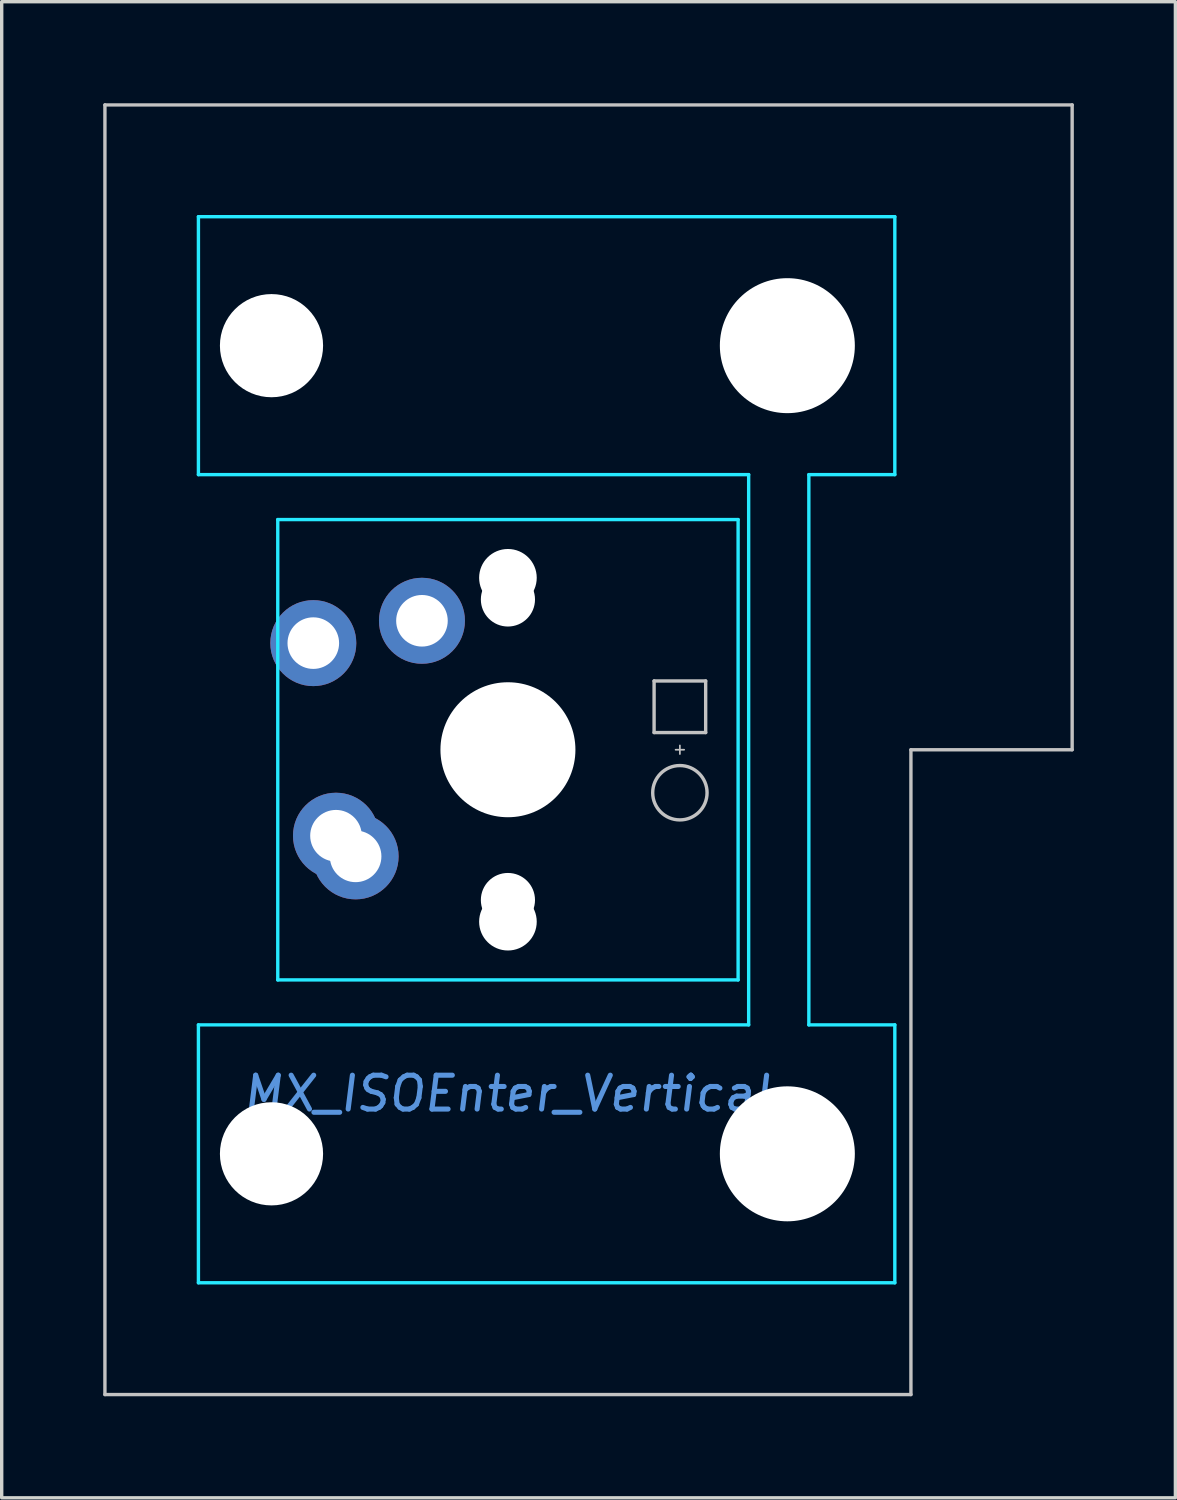
<source format=kicad_pcb>
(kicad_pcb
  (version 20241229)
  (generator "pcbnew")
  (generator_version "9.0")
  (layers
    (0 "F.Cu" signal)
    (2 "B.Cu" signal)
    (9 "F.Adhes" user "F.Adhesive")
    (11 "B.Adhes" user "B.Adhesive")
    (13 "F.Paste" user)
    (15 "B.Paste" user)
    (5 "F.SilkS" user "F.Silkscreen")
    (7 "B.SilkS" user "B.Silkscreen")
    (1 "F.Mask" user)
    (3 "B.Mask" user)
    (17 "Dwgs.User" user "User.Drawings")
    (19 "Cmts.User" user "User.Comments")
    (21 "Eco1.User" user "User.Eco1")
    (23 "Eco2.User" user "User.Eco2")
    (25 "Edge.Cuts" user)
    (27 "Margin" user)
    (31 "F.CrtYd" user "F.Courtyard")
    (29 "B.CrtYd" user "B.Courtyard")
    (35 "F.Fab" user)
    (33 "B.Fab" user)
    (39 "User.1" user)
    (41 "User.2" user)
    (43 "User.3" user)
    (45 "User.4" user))
  (footprint "MX_ISOEnter_Vertical"
    (layer "F.Cu")
    (at 11.956 19.1)
    (property "Reference" "MX_ISOEnter_Vertical" (at 0 10.16 0) (layer "Cmts.User") (effects (font (size 1 1) (thickness 0.15) (italic yes))))
    (attr through_hole)
    (fp_line (start -11.906 19.05) (end -11.906 -19.05) (stroke (width 0.1) (type solid)) (layer "Dwgs.User"))
    (fp_line (start 4.318 -0.508) (end 4.318 -2.032) (stroke (width 0.1) (type solid)) (layer "Dwgs.User"))
    (fp_line (start 4.318 -0.508) (end 5.842 -0.508) (stroke (width 0.1) (type solid)) (layer "Dwgs.User"))
    (fp_line (start 5.08 0.127) (end 5.08 -0.127) (stroke (width 0.05) (type solid)) (layer "Dwgs.User"))
    (fp_line (start 5.207 0) (end 4.953 0) (stroke (width 0.05) (type solid)) (layer "Dwgs.User"))
    (fp_line (start 5.842 -2.032) (end 4.318 -2.032) (stroke (width 0.1) (type solid)) (layer "Dwgs.User"))
    (fp_line (start 5.842 -0.508) (end 5.842 -2.032) (stroke (width 0.1) (type solid)) (layer "Dwgs.User"))
    (fp_line (start 11.906 19.05) (end -11.906 19.05) (stroke (width 0.1) (type solid)) (layer "Dwgs.User"))
    (fp_line (start 11.906 19.05) (end 11.906 0) (stroke (width 0.1) (type solid)) (layer "Dwgs.User"))
    (fp_line (start 16.669 -19.05) (end -11.906 -19.05) (stroke (width 0.1) (type solid)) (layer "Dwgs.User"))
    (fp_line (start 16.669 0) (end 11.906 0) (stroke (width 0.1) (type solid)) (layer "Dwgs.User"))
    (fp_line (start 16.669 0) (end 16.669 -19.05) (stroke (width 0.1) (type solid)) (layer "Dwgs.User"))
    (fp_circle (center 5.08 1.27) (end 5.08 0.467) (stroke (width 0.1) (type solid)) (fill no) (layer "Dwgs.User"))
    (fp_line (start -6.985 -6.73) (end -6.985 6.732) (stroke (width 0.1) (type solid)) (layer "Eco1.User"))
    (fp_line (start -6.731 6.986) (end -5.852 6.986) (stroke (width 0.1) (type solid)) (layer "Eco1.User"))
    (fp_line (start -6.537 -15.651) (end -6.537 -9.09) (stroke (width 0.1) (type solid)) (layer "Eco1.User"))
    (fp_line (start -6.537 9.091) (end -6.537 15.652) (stroke (width 0.1) (type solid)) (layer "Eco1.User"))
    (fp_line (start -6.283 -8.836) (end -5.852 -8.836) (stroke (width 0.1) (type solid)) (layer "Eco1.User"))
    (fp_line (start -6.283 15.906) (end -3.423 15.906) (stroke (width 0.1) (type solid)) (layer "Eco1.User"))
    (fp_line (start -5.852 -6.984) (end -6.731 -6.984) (stroke (width 0.1) (type solid)) (layer "Eco1.User"))
    (fp_line (start -5.852 8.837) (end -6.283 8.837) (stroke (width 0.1) (type solid)) (layer "Eco1.User"))
    (fp_line (start -5.598 -8.582) (end -5.598 -7.238) (stroke (width 0.1) (type solid)) (layer "Eco1.User"))
    (fp_line (start -5.598 7.24) (end -5.598 8.583) (stroke (width 0.1) (type solid)) (layer "Eco1.User"))
    (fp_line (start -3.423 -15.905) (end -6.283 -15.905) (stroke (width 0.1) (type solid)) (layer "Eco1.User"))
    (fp_line (start -3.169 -16.492) (end -3.169 -16.159) (stroke (width 0.1) (type solid)) (layer "Eco1.User"))
    (fp_line (start -3.169 16.16) (end -3.169 16.494) (stroke (width 0.1) (type solid)) (layer "Eco1.User"))
    (fp_line (start -2.915 16.748) (end 0.563 16.748) (stroke (width 0.1) (type solid)) (layer "Eco1.User"))
    (fp_line (start -2.286 0) (end 2.286 0) (stroke (width 0.1) (type solid)) (layer "Eco1.User"))
    (fp_line (start 0 2.159) (end 0 -2.159) (stroke (width 0.1) (type solid)) (layer "Eco1.User"))
    (fp_line (start 0.563 -16.746) (end -2.915 -16.746) (stroke (width 0.1) (type solid)) (layer "Eco1.User"))
    (fp_line (start 0.817 -16.159) (end 0.817 -16.492) (stroke (width 0.1) (type solid)) (layer "Eco1.User"))
    (fp_line (start 0.817 16.494) (end 0.817 16.16) (stroke (width 0.1) (type solid)) (layer "Eco1.User"))
    (fp_line (start 1.071 15.906) (end 6.177 15.906) (stroke (width 0.1) (type solid)) (layer "Eco1.User"))
    (fp_line (start 5.757 -7.238) (end 5.757 -8.582) (stroke (width 0.1) (type solid)) (layer "Eco1.User"))
    (fp_line (start 5.757 8.583) (end 5.757 7.24) (stroke (width 0.1) (type solid)) (layer "Eco1.User"))
    (fp_line (start 6.011 -8.836) (end 6.289 -8.836) (stroke (width 0.1) (type solid)) (layer "Eco1.User"))
    (fp_line (start 6.011 6.986) (end 6.749 6.986) (stroke (width 0.1) (type solid)) (layer "Eco1.User"))
    (fp_line (start 6.177 -15.905) (end 1.071 -15.905) (stroke (width 0.1) (type solid)) (layer "Eco1.User"))
    (fp_line (start 6.289 8.837) (end 6.011 8.837) (stroke (width 0.1) (type solid)) (layer "Eco1.User"))
    (fp_line (start 6.431 -14.42) (end 6.431 -15.651) (stroke (width 0.1) (type solid)) (layer "Eco1.User"))
    (fp_line (start 6.431 15.652) (end 6.431 14.421) (stroke (width 0.1) (type solid)) (layer "Eco1.User"))
    (fp_line (start 6.543 -9.09) (end 6.543 -10.265) (stroke (width 0.1) (type solid)) (layer "Eco1.User"))
    (fp_line (start 6.543 10.266) (end 6.543 9.091) (stroke (width 0.1) (type solid)) (layer "Eco1.User"))
    (fp_line (start 6.685 14.167) (end 7.805 14.167) (stroke (width 0.1) (type solid)) (layer "Eco1.User"))
    (fp_line (start 6.749 -6.984) (end 6.011 -6.984) (stroke (width 0.1) (type solid)) (layer "Eco1.User"))
    (fp_line (start 6.797 -10.519) (end 7.805 -10.519) (stroke (width 0.1) (type solid)) (layer "Eco1.User"))
    (fp_line (start 7.003 6.732) (end 7.003 -6.73) (stroke (width 0.1) (type solid)) (layer "Eco1.User"))
    (fp_line (start 7.805 -14.166) (end 6.685 -14.166) (stroke (width 0.1) (type solid)) (layer "Eco1.User"))
    (fp_line (start 7.805 10.52) (end 6.797 10.52) (stroke (width 0.1) (type solid)) (layer "Eco1.User"))
    (fp_line (start 8.059 -10.773) (end 8.059 -13.912) (stroke (width 0.1) (type solid)) (layer "Eco1.User"))
    (fp_line (start 8.059 13.913) (end 8.059 10.774) (stroke (width 0.1) (type solid)) (layer "Eco1.User"))
    (fp_arc (start -6.985 -6.730206) (mid -6.910605 -6.909811) (end -6.731 -6.984206) (stroke (width 0.1) (type solid)) (layer "Eco1.User"))
    (fp_arc (start -6.731 6.985812) (mid -6.910605 6.911417) (end -6.985 6.731812) (stroke (width 0.1) (type solid)) (layer "Eco1.User"))
    (fp_arc (start -6.537389 -15.650819) (mid -6.462994 -15.830424) (end -6.283389 -15.904819) (stroke (width 0.1) (type solid)) (layer "Eco1.User"))
    (fp_arc (start -6.537389 9.09126) (mid -6.462994 8.911655) (end -6.283389 8.83726) (stroke (width 0.1) (type solid)) (layer "Eco1.User"))
    (fp_arc (start -6.283389 -8.835655) (mid -6.462994 -8.91005) (end -6.537389 -9.089655) (stroke (width 0.1) (type solid)) (layer "Eco1.User"))
    (fp_arc (start -6.283389 15.906426) (mid -6.462994 15.832031) (end -6.537389 15.652426) (stroke (width 0.1) (type solid)) (layer "Eco1.User"))
    (fp_arc (start -5.851639 -8.835655) (mid -5.672034 -8.76126) (end -5.597639 -8.581655) (stroke (width 0.1) (type solid)) (layer "Eco1.User"))
    (fp_arc (start -5.851639 6.985812) (mid -5.672034 7.060207) (end -5.597639 7.239812) (stroke (width 0.1) (type solid)) (layer "Eco1.User"))
    (fp_arc (start -5.597639 -7.238206) (mid -5.672034 -7.058601) (end -5.851639 -6.984206) (stroke (width 0.1) (type solid)) (layer "Eco1.User"))
    (fp_arc (start -5.597639 8.58326) (mid -5.672034 8.762865) (end -5.851639 8.83726) (stroke (width 0.1) (type solid)) (layer "Eco1.User"))
    (fp_arc (start -3.423367 15.906426) (mid -3.243762 15.980821) (end -3.169367 16.160426) (stroke (width 0.1) (type solid)) (layer "Eco1.User"))
    (fp_arc (start -3.169367 -16.492386) (mid -3.094972 -16.671991) (end -2.915367 -16.746386) (stroke (width 0.1) (type solid)) (layer "Eco1.User"))
    (fp_arc (start -3.169367 -16.158819) (mid -3.243762 -15.979214) (end -3.423367 -15.904819) (stroke (width 0.1) (type solid)) (layer "Eco1.User"))
    (fp_arc (start -2.915367 16.747995) (mid -3.094972 16.6736) (end -3.169367 16.493995) (stroke (width 0.1) (type solid)) (layer "Eco1.User"))
    (fp_arc (start 0.562684 -16.746386) (mid 0.742289 -16.671991) (end 0.816684 -16.492386) (stroke (width 0.1) (type solid)) (layer "Eco1.User"))
    (fp_arc (start 0.816684 16.160426) (mid 0.891079 15.980821) (end 1.070684 15.906426) (stroke (width 0.1) (type solid)) (layer "Eco1.User"))
    (fp_arc (start 0.816684 16.493995) (mid 0.742289 16.6736) (end 0.562684 16.747995) (stroke (width 0.1) (type solid)) (layer "Eco1.User"))
    (fp_arc (start 1.070684 -15.904819) (mid 0.891079 -15.979214) (end 0.816684 -16.158819) (stroke (width 0.1) (type solid)) (layer "Eco1.User"))
    (fp_arc (start 5.757382 -8.581655) (mid 5.831777 -8.76126) (end 6.011382 -8.835655) (stroke (width 0.1) (type solid)) (layer "Eco1.User"))
    (fp_arc (start 5.757382 7.239812) (mid 5.831777 7.060207) (end 6.011382 6.985812) (stroke (width 0.1) (type solid)) (layer "Eco1.User"))
    (fp_arc (start 6.011382 -6.984206) (mid 5.831777 -7.058601) (end 5.757382 -7.238206) (stroke (width 0.1) (type solid)) (layer "Eco1.User"))
    (fp_arc (start 6.011382 8.83726) (mid 5.831777 8.762865) (end 5.757382 8.58326) (stroke (width 0.1) (type solid)) (layer "Eco1.User"))
    (fp_arc (start 6.176634 -15.904819) (mid 6.356239 -15.830424) (end 6.430634 -15.650819) (stroke (width 0.1) (type solid)) (layer "Eco1.User"))
    (fp_arc (start 6.288846 8.83726) (mid 6.468451 8.911655) (end 6.542846 9.09126) (stroke (width 0.1) (type solid)) (layer "Eco1.User"))
    (fp_arc (start 6.430634 14.421189) (mid 6.505029 14.241584) (end 6.684634 14.167189) (stroke (width 0.1) (type solid)) (layer "Eco1.User"))
    (fp_arc (start 6.430634 15.652426) (mid 6.356239 15.832031) (end 6.176634 15.906426) (stroke (width 0.1) (type solid)) (layer "Eco1.User"))
    (fp_arc (start 6.542846 -10.264789) (mid 6.617241 -10.444394) (end 6.796846 -10.518789) (stroke (width 0.1) (type solid)) (layer "Eco1.User"))
    (fp_arc (start 6.542846 -9.089655) (mid 6.468451 -8.91005) (end 6.288846 -8.835655) (stroke (width 0.1) (type solid)) (layer "Eco1.User"))
    (fp_arc (start 6.684634 -14.16558) (mid 6.505029 -14.239975) (end 6.430634 -14.41958) (stroke (width 0.1) (type solid)) (layer "Eco1.User"))
    (fp_arc (start 6.748758 -6.984206) (mid 6.928363 -6.909811) (end 7.002758 -6.730206) (stroke (width 0.1) (type solid)) (layer "Eco1.User"))
    (fp_arc (start 6.796846 10.520399) (mid 6.617241 10.446004) (end 6.542846 10.266399) (stroke (width 0.1) (type solid)) (layer "Eco1.User"))
    (fp_arc (start 7.002758 6.731812) (mid 6.928363 6.911417) (end 6.748758 6.985812) (stroke (width 0.1) (type solid)) (layer "Eco1.User"))
    (fp_arc (start 7.80542 -14.16558) (mid 7.985025 -14.091185) (end 8.05942 -13.91158) (stroke (width 0.1) (type solid)) (layer "Eco1.User"))
    (fp_arc (start 7.80542 10.520399) (mid 7.985025 10.594794) (end 8.05942 10.774399) (stroke (width 0.1) (type solid)) (layer "Eco1.User"))
    (fp_arc (start 8.05942 13.913189) (mid 7.985025 14.092794) (end 7.80542 14.167189) (stroke (width 0.1) (type solid)) (layer "Eco1.User"))
    (fp_circle (center 0 0) (end 0 -1.905) (stroke (width 0.1) (type solid)) (fill no) (layer "Eco1.User"))
    (fp_line (start -9.144 -15.748) (end 11.43 -15.748) (stroke (width 0.1) (type solid)) (layer "B.CrtYd"))
    (fp_line (start -9.144 -8.128) (end -9.144 -15.748) (stroke (width 0.1) (type solid)) (layer "B.CrtYd"))
    (fp_line (start -9.144 -8.128) (end 7.112 -8.128) (stroke (width 0.1) (type solid)) (layer "B.CrtYd"))
    (fp_line (start -9.144 8.128) (end 7.112 8.128) (stroke (width 0.1) (type solid)) (layer "B.CrtYd"))
    (fp_line (start -9.144 15.748) (end -9.144 8.128) (stroke (width 0.1) (type solid)) (layer "B.CrtYd"))
    (fp_line (start -6.8 6.8) (end -6.8 -6.8) (stroke (width 0.1) (type solid)) (layer "B.CrtYd"))
    (fp_line (start 6.8 -6.8) (end -6.8 -6.8) (stroke (width 0.1) (type solid)) (layer "B.CrtYd"))
    (fp_line (start 6.8 6.8) (end -6.8 6.8) (stroke (width 0.1) (type solid)) (layer "B.CrtYd"))
    (fp_line (start 6.8 6.8) (end 6.8 -6.8) (stroke (width 0.1) (type solid)) (layer "B.CrtYd"))
    (fp_line (start 7.112 8.128) (end 7.112 -8.128) (stroke (width 0.1) (type solid)) (layer "B.CrtYd"))
    (fp_line (start 8.89 8.128) (end 8.89 -8.128) (stroke (width 0.1) (type solid)) (layer "B.CrtYd"))
    (fp_line (start 11.43 -15.748) (end 11.43 -8.128) (stroke (width 0.1) (type solid)) (layer "B.CrtYd"))
    (fp_line (start 11.43 -8.128) (end 8.89 -8.128) (stroke (width 0.1) (type solid)) (layer "B.CrtYd"))
    (fp_line (start 11.43 8.128) (end 8.89 8.128) (stroke (width 0.1) (type solid)) (layer "B.CrtYd"))
    (fp_line (start 11.43 8.128) (end 11.43 15.748) (stroke (width 0.1) (type solid)) (layer "B.CrtYd"))
    (fp_line (start 11.43 15.748) (end -9.144 15.748) (stroke (width 0.1) (type solid)) (layer "B.CrtYd"))
    (pad "" np_thru_hole circle (at -6.985 -11.938 90) (size 3.048 3.048) (drill 3.048) (layers "*.Cu" "*.Mask"))
    (pad "" np_thru_hole circle (at -6.985 11.938 90) (size 3.048 3.048) (drill 3.048) (layers "*.Cu" "*.Mask"))
    (pad "" np_thru_hole circle (at 0 -5.08 90) (size 1.702 1.702) (drill 1.702) (layers "*.Cu" "*.Mask"))
    (pad "" np_thru_hole circle (at 0 -4.44 90) (size 1.6 1.6) (drill 1.6) (layers "*.Cu" "*.Mask"))
    (pad "" np_thru_hole circle (at 0 0 90) (size 3.988 3.988) (drill 3.988) (layers "*.Cu" "*.Mask"))
    (pad "" np_thru_hole circle (at 0 4.44 90) (size 1.6 1.6) (drill 1.6) (layers "*.Cu" "*.Mask"))
    (pad "" np_thru_hole circle (at 0 5.08 90) (size 1.702 1.702) (drill 1.702) (layers "*.Cu" "*.Mask"))
    (pad "" np_thru_hole circle (at 8.255 -11.938 90) (size 3.988 3.988) (drill 3.988) (layers "*.Cu" "*.Mask"))
    (pad "" np_thru_hole circle (at 8.255 11.938 90) (size 3.988 3.988) (drill 3.988) (layers "*.Cu" "*.Mask"))
    (pad "1" thru_hole circle (at -5.08 2.54 90) (size 2.54 2.54) (drill 1.524) (layers "*.Cu" "*.Mask"))
    (pad "1" thru_hole circle (at -4.5 3.15 90) (size 2.54 2.54) (drill 1.524) (layers "*.Cu" "*.Mask"))
    (pad "2" thru_hole circle (at -5.75 -3.15 90) (size 2.54 2.54) (drill 1.524) (layers "*.Cu" "*.Mask"))
    (pad "2" thru_hole circle (at -2.54 -3.81 90) (size 2.54 2.54) (drill 1.524) (layers "*.Cu" "*.Mask")))
  (gr_rect
    (start -3 -3)
    (end 31.675 41.2)
    (stroke (width 0.1) (type default))
    (fill no)
    (layer "Edge.Cuts")))
</source>
